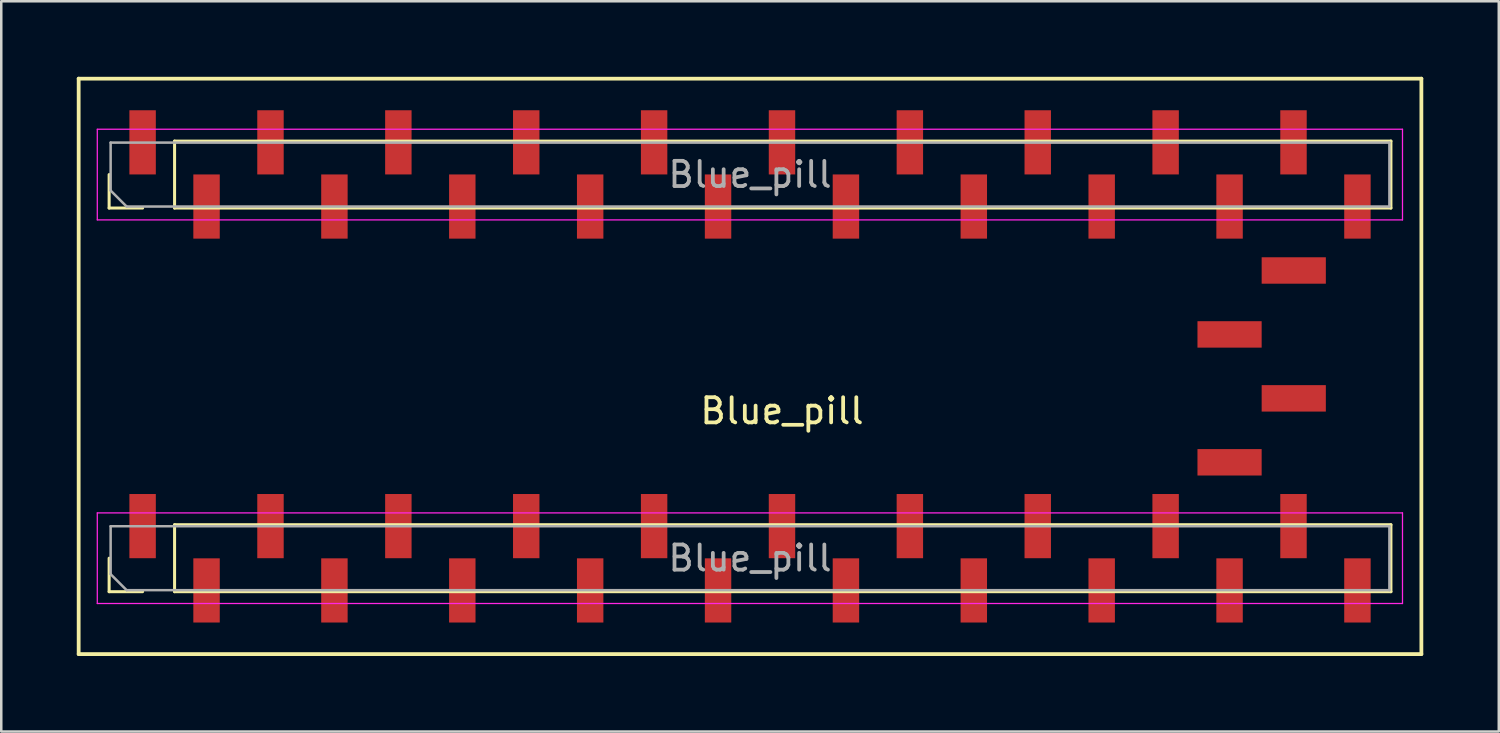
<source format=kicad_pcb>
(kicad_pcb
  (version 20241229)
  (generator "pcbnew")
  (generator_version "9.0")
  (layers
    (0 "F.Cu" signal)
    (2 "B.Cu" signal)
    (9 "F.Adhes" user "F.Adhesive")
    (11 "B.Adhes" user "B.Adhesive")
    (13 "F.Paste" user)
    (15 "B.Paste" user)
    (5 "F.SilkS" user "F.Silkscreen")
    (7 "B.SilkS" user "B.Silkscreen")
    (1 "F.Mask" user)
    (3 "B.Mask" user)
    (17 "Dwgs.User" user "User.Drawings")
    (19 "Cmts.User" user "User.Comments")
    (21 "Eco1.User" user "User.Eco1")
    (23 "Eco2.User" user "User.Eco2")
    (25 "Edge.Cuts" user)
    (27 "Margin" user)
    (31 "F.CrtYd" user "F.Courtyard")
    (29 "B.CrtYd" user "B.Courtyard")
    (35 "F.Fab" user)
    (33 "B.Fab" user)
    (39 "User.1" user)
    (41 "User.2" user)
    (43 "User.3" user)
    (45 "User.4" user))
  (footprint "Blue_pill"
    (layer "F.Cu")
    (at 28.015 12.775)
    (property "Reference" "Blue_pill" (at 0 0.5 0) (layer "F.SilkS") (effects (font (size 1 1) (thickness 0.15))))
    (attr through_hole)
    (fp_line (start -27.94 -12.7) (end -27.94 10.16) (stroke (width 0.15) (type solid)) (layer "F.SilkS"))
    (fp_line (start -27.94 10.16) (end 25.4 10.16) (stroke (width 0.15) (type solid)) (layer "F.SilkS"))
    (fp_line (start -26.73 -7.56) (end -26.73 -8.89) (stroke (width 0.12) (type solid)) (layer "F.SilkS"))
    (fp_line (start -26.73 7.68) (end -26.73 6.35) (stroke (width 0.12) (type solid)) (layer "F.SilkS"))
    (fp_line (start -25.4 -7.56) (end -26.73 -7.56) (stroke (width 0.12) (type solid)) (layer "F.SilkS"))
    (fp_line (start -25.4 7.68) (end -26.73 7.68) (stroke (width 0.12) (type solid)) (layer "F.SilkS"))
    (fp_line (start -24.13 -10.22) (end 24.19 -10.22) (stroke (width 0.12) (type solid)) (layer "F.SilkS"))
    (fp_line (start -24.13 -7.56) (end -24.13 -10.22) (stroke (width 0.12) (type solid)) (layer "F.SilkS"))
    (fp_line (start -24.13 -7.56) (end 24.19 -7.56) (stroke (width 0.12) (type solid)) (layer "F.SilkS"))
    (fp_line (start -24.13 5.02) (end 24.19 5.02) (stroke (width 0.12) (type solid)) (layer "F.SilkS"))
    (fp_line (start -24.13 7.68) (end -24.13 5.02) (stroke (width 0.12) (type solid)) (layer "F.SilkS"))
    (fp_line (start -24.13 7.68) (end 24.19 7.68) (stroke (width 0.12) (type solid)) (layer "F.SilkS"))
    (fp_line (start 24.19 -7.56) (end 24.19 -10.22) (stroke (width 0.12) (type solid)) (layer "F.SilkS"))
    (fp_line (start 24.19 7.68) (end 24.19 5.02) (stroke (width 0.12) (type solid)) (layer "F.SilkS"))
    (fp_line (start 25.4 -12.7) (end -27.94 -12.7) (stroke (width 0.15) (type solid)) (layer "F.SilkS"))
    (fp_line (start 25.4 10.16) (end 25.4 -12.7) (stroke (width 0.15) (type solid)) (layer "F.SilkS"))
    (fp_line (start -27.2 -10.69) (end -27.2 -7.09) (stroke (width 0.05) (type solid)) (layer "F.CrtYd"))
    (fp_line (start -27.2 -7.09) (end 24.65 -7.09) (stroke (width 0.05) (type solid)) (layer "F.CrtYd"))
    (fp_line (start -27.2 4.55) (end -27.2 8.15) (stroke (width 0.05) (type solid)) (layer "F.CrtYd"))
    (fp_line (start -27.2 8.15) (end 24.65 8.15) (stroke (width 0.05) (type solid)) (layer "F.CrtYd"))
    (fp_line (start 24.65 -10.69) (end -27.2 -10.69) (stroke (width 0.05) (type solid)) (layer "F.CrtYd"))
    (fp_line (start 24.65 -7.09) (end 24.65 -10.69) (stroke (width 0.05) (type solid)) (layer "F.CrtYd"))
    (fp_line (start 24.65 4.55) (end -27.2 4.55) (stroke (width 0.05) (type solid)) (layer "F.CrtYd"))
    (fp_line (start 24.65 8.15) (end 24.65 4.55) (stroke (width 0.05) (type solid)) (layer "F.CrtYd"))
    (fp_line (start -26.67 -10.16) (end 24.13 -10.16) (stroke (width 0.1) (type solid)) (layer "F.Fab"))
    (fp_line (start -26.67 -8.255) (end -26.67 -10.16) (stroke (width 0.1) (type solid)) (layer "F.Fab"))
    (fp_line (start -26.67 5.08) (end 24.13 5.08) (stroke (width 0.1) (type solid)) (layer "F.Fab"))
    (fp_line (start -26.67 6.985) (end -26.67 5.08) (stroke (width 0.1) (type solid)) (layer "F.Fab"))
    (fp_line (start -26.035 -7.62) (end -26.67 -8.255) (stroke (width 0.1) (type solid)) (layer "F.Fab"))
    (fp_line (start -26.035 7.62) (end -26.67 6.985) (stroke (width 0.1) (type solid)) (layer "F.Fab"))
    (fp_line (start 24.13 -10.16) (end 24.13 -7.62) (stroke (width 0.1) (type solid)) (layer "F.Fab"))
    (fp_line (start 24.13 -7.62) (end -26.035 -7.62) (stroke (width 0.1) (type solid)) (layer "F.Fab"))
    (fp_line (start 24.13 5.08) (end 24.13 7.62) (stroke (width 0.1) (type solid)) (layer "F.Fab"))
    (fp_line (start 24.13 7.62) (end -26.035 7.62) (stroke (width 0.1) (type solid)) (layer "F.Fab"))
    (fp_text user "${REFERENCE}" (at -1.27 -8.89 180) (layer "F.Fab") (effects (font (size 1 1) (thickness 0.15))))
    (fp_text user "${REFERENCE}" (at -1.27 6.35 180) (layer "F.Fab") (effects (font (size 1 1) (thickness 0.15))))
    (pad "1" smd rect (at -25.4 -10.17 90) (size 2.55 1.05) (layers "F.Cu" "F.Mask" "F.Paste"))
    (pad "2" smd rect (at -22.86 -7.62 90) (size 2.55 1.05) (layers "F.Cu" "F.Mask" "F.Paste"))
    (pad "3" smd rect (at -20.32 -10.17 90) (size 2.55 1.05) (layers "F.Cu" "F.Mask" "F.Paste"))
    (pad "4" smd rect (at -17.78 -7.62 90) (size 2.55 1.05) (layers "F.Cu" "F.Mask" "F.Paste"))
    (pad "5" smd rect (at -15.24 -10.17 90) (size 2.55 1.05) (layers "F.Cu" "F.Mask" "F.Paste"))
    (pad "6" smd rect (at -12.7 -7.62 90) (size 2.55 1.05) (layers "F.Cu" "F.Mask" "F.Paste"))
    (pad "7" smd rect (at -10.16 -10.17 90) (size 2.55 1.05) (layers "F.Cu" "F.Mask" "F.Paste"))
    (pad "8" smd rect (at -7.62 -7.62 90) (size 2.55 1.05) (layers "F.Cu" "F.Mask" "F.Paste"))
    (pad "9" smd rect (at -5.08 -10.17 90) (size 2.55 1.05) (layers "F.Cu" "F.Mask" "F.Paste"))
    (pad "10" smd rect (at -2.54 -7.62 90) (size 2.55 1.05) (layers "F.Cu" "F.Mask" "F.Paste"))
    (pad "11" smd rect (at 0 -10.17 90) (size 2.55 1.05) (layers "F.Cu" "F.Mask" "F.Paste"))
    (pad "12" smd rect (at 2.54 -7.62 90) (size 2.55 1.05) (layers "F.Cu" "F.Mask" "F.Paste"))
    (pad "13" smd rect (at 5.08 -10.17 90) (size 2.55 1.05) (layers "F.Cu" "F.Mask" "F.Paste"))
    (pad "14" smd rect (at 7.62 -7.62 90) (size 2.55 1.05) (layers "F.Cu" "F.Mask" "F.Paste"))
    (pad "15" smd rect (at 10.16 -10.17 90) (size 2.55 1.05) (layers "F.Cu" "F.Mask" "F.Paste"))
    (pad "16" smd rect (at 12.7 -7.62 90) (size 2.55 1.05) (layers "F.Cu" "F.Mask" "F.Paste"))
    (pad "17" smd rect (at 15.24 -10.17 90) (size 2.55 1.05) (layers "F.Cu" "F.Mask" "F.Paste"))
    (pad "18" smd rect (at 17.78 -7.62 90) (size 2.55 1.05) (layers "F.Cu" "F.Mask" "F.Paste"))
    (pad "19" smd rect (at 20.32 -10.17 90) (size 2.55 1.05) (layers "F.Cu" "F.Mask" "F.Paste"))
    (pad "20" smd rect (at 22.86 -7.62 90) (size 2.55 1.05) (layers "F.Cu" "F.Mask" "F.Paste"))
    (pad "21" smd rect (at 22.86 7.63 90) (size 2.55 1.05) (layers "F.Cu" "F.Mask" "F.Paste"))
    (pad "22" smd rect (at 20.32 5.075 90) (size 2.55 1.05) (layers "F.Cu" "F.Mask" "F.Paste"))
    (pad "23" smd rect (at 17.78 7.63 90) (size 2.55 1.05) (layers "F.Cu" "F.Mask" "F.Paste"))
    (pad "24" smd rect (at 15.24 5.075 90) (size 2.55 1.05) (layers "F.Cu" "F.Mask" "F.Paste"))
    (pad "25" smd rect (at 12.7 7.63 90) (size 2.55 1.05) (layers "F.Cu" "F.Mask" "F.Paste"))
    (pad "26" smd rect (at 10.16 5.075 90) (size 2.55 1.05) (layers "F.Cu" "F.Mask" "F.Paste"))
    (pad "27" smd rect (at 7.62 7.63 90) (size 2.55 1.05) (layers "F.Cu" "F.Mask" "F.Paste"))
    (pad "28" smd rect (at 5.08 5.075 90) (size 2.55 1.05) (layers "F.Cu" "F.Mask" "F.Paste"))
    (pad "29" smd rect (at 2.54 7.63 90) (size 2.55 1.05) (layers "F.Cu" "F.Mask" "F.Paste"))
    (pad "30" smd rect (at 0 5.075 90) (size 2.55 1.05) (layers "F.Cu" "F.Mask" "F.Paste"))
    (pad "31" smd rect (at -2.54 7.63 90) (size 2.55 1.05) (layers "F.Cu" "F.Mask" "F.Paste"))
    (pad "32" smd rect (at -5.08 5.075 90) (size 2.55 1.05) (layers "F.Cu" "F.Mask" "F.Paste"))
    (pad "33" smd rect (at -7.62 7.63 90) (size 2.55 1.05) (layers "F.Cu" "F.Mask" "F.Paste"))
    (pad "34" smd rect (at -10.16 5.075 90) (size 2.55 1.05) (layers "F.Cu" "F.Mask" "F.Paste"))
    (pad "35" smd rect (at -12.7 7.63 90) (size 2.55 1.05) (layers "F.Cu" "F.Mask" "F.Paste"))
    (pad "36" smd rect (at -15.24 5.075 90) (size 2.55 1.05) (layers "F.Cu" "F.Mask" "F.Paste"))
    (pad "37" smd rect (at -17.78 7.63 90) (size 2.55 1.05) (layers "F.Cu" "F.Mask" "F.Paste"))
    (pad "38" smd rect (at -20.32 5.075 90) (size 2.55 1.05) (layers "F.Cu" "F.Mask" "F.Paste"))
    (pad "39" smd rect (at -22.86 7.63 90) (size 2.55 1.05) (layers "F.Cu" "F.Mask" "F.Paste"))
    (pad "40" smd rect (at -25.4 5.075 90) (size 2.55 1.05) (layers "F.Cu" "F.Mask" "F.Paste"))
    (pad "41" smd rect (at 20.33 -5.08) (size 2.55 1.05) (layers "F.Cu" "F.Mask" "F.Paste"))
    (pad "42" smd rect (at 17.78 -2.54) (size 2.55 1.05) (layers "F.Cu" "F.Mask" "F.Paste"))
    (pad "43" smd rect (at 20.33 0) (size 2.55 1.05) (layers "F.Cu" "F.Mask" "F.Paste"))
    (pad "44" smd rect (at 17.78 2.54) (size 2.55 1.05) (layers "F.Cu" "F.Mask" "F.Paste")))
  (gr_rect
    (start -3 -3)
    (end 56.49 26.01)
    (stroke (width 0.1) (type default))
    (fill no)
    (layer "Edge.Cuts")))
</source>
